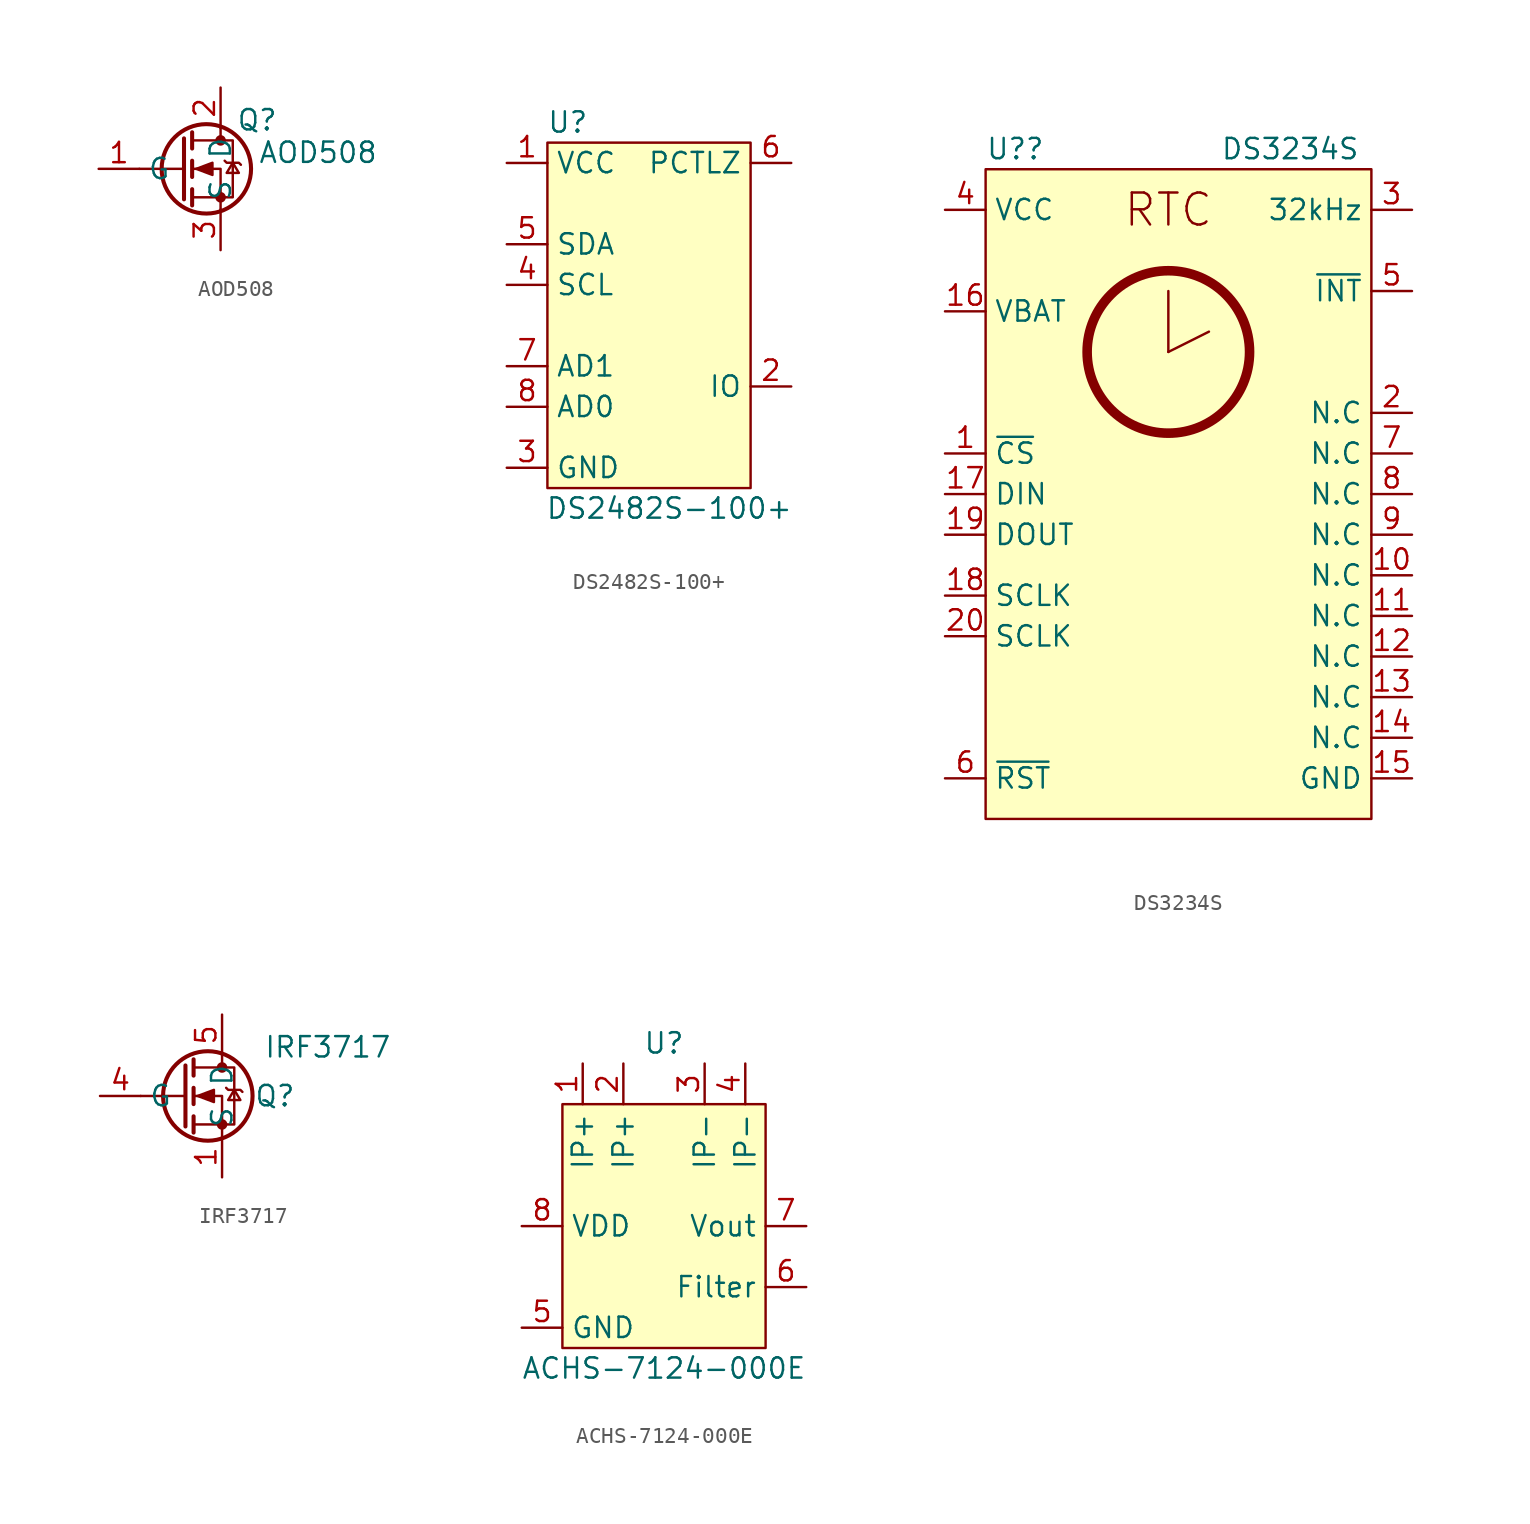
<source format=kicad_sym>
(kicad_symbol_lib
  (version 20220914)
  (generator kicad_symbol_editor)
  (symbol "AOD508"
    (property "Reference" "Q"
      (at 2.286 3.048 0)
      (effects (font (size 1.27 1.27))))
    (property "Value" "AOD508"
      (at 6.096 1.016 0)
      (effects (font (size 1.27 1.27))))
    (symbol "AOD508_0_1"
      (circle (center -0.889 0) (radius 2.794) (stroke (width 0.254) (type default)) (fill (type none)))
      (circle (center 0 -1.778) (radius 0.254) (stroke (width 0) (type default)) (fill (type outline)))
      (polyline (pts (xy -2.286 0) (xy -5.08 0)) (stroke (width 0) (type default)) (fill (type none)))
      (polyline (pts (xy -2.286 1.905) (xy -2.286 -1.905)) (stroke (width 0.254) (type default)) (fill (type none)))
      (polyline (pts (xy -1.778 -1.27) (xy -1.778 -2.286)) (stroke (width 0.254) (type default)) (fill (type none)))
      (polyline (pts (xy -1.778 0.508) (xy -1.778 -0.508)) (stroke (width 0.254) (type default)) (fill (type none)))
      (polyline (pts (xy -1.778 2.286) (xy -1.778 1.27)) (stroke (width 0.254) (type default)) (fill (type none)))
      (polyline (pts (xy 0 2.54) (xy 0 1.778)) (stroke (width 0) (type default)) (fill (type none)))
      (polyline (pts (xy 0 -2.54) (xy 0 0) (xy -1.778 0)) (stroke (width 0) (type default)) (fill (type none)))
      (polyline (pts (xy -1.778 -1.778) (xy 0.762 -1.778) (xy 0.762 1.778) (xy -1.778 1.778)) (stroke (width 0) (type default)) (fill (type none)))
      (polyline (pts (xy -1.524 0) (xy -0.508 0.381) (xy -0.508 -0.381) (xy -1.524 0)) (stroke (width 0) (type default)) (fill (type outline)))
      (polyline (pts (xy 0.254 0.508) (xy 0.381 0.381) (xy 1.143 0.381) (xy 1.27 0.254)) (stroke (width 0) (type default)) (fill (type none)))
      (polyline (pts (xy 0.762 0.381) (xy 0.381 -0.254) (xy 1.143 -0.254) (xy 0.762 0.381)) (stroke (width 0) (type default)) (fill (type none)))
      (circle (center 0 1.778) (radius 0.254) (stroke (width 0) (type default)) (fill (type outline))))
    (symbol "AOD508_1_1"
      (pin passive line (at -7.62 0 0) (length 2.54) (name "G" (effects (font (size 1.27 1.27)))) (number "1" (effects (font (size 1.27 1.27)))))
      (pin passive line (at 0 5.08 270) (length 2.54) (name "D" (effects (font (size 1.27 1.27)))) (number "2" (effects (font (size 1.27 1.27)))))
      (pin passive line (at 0 -5.08 90) (length 2.54) (name "S" (effects (font (size 1.27 1.27)))) (number "3" (effects (font (size 1.27 1.27)))))))
  (symbol "DS2482S-100+"
    (property "Reference" "U"
      (at 3.81 2.54 0)
      (effects (font (size 1.27 1.27))))
    (property "Value" "DS2482S-100+"
      (at 10.16 -21.59 0)
      (effects (font (size 1.27 1.27))))
    (symbol "DS2482S-100+_0_1"
      (rectangle (start 2.54 1.27) (end 15.24 -20.32) (stroke (width 0) (type default)) (fill (type background))))
    (symbol "DS2482S-100+_1_1"
      (pin power_in line (at 0 0 0) (length 2.54) (name "VCC" (effects (font (size 1.27 1.27)))) (number "1" (effects (font (size 1.27 1.27)))))
      (pin bidirectional line (at 17.78 -13.97 180) (length 2.54) (name "IO" (effects (font (size 1.27 1.27)))) (number "2" (effects (font (size 1.27 1.27)))))
      (pin power_in line (at 0 -19.05 0) (length 2.54) (name "GND" (effects (font (size 1.27 1.27)))) (number "3" (effects (font (size 1.27 1.27)))))
      (pin passive line (at 0 -7.62 0) (length 2.54) (name "SCL" (effects (font (size 1.27 1.27)))) (number "4" (effects (font (size 1.27 1.27)))))
      (pin bidirectional line (at 0 -5.08 0) (length 2.54) (name "SDA" (effects (font (size 1.27 1.27)))) (number "5" (effects (font (size 1.27 1.27)))))
      (pin passive line (at 17.78 0 180) (length 2.54) (name "PCTLZ" (effects (font (size 1.27 1.27)))) (number "6" (effects (font (size 1.27 1.27)))))
      (pin passive line (at 0 -12.7 0) (length 2.54) (name "AD1" (effects (font (size 1.27 1.27)))) (number "7" (effects (font (size 1.27 1.27)))))
      (pin passive line (at 0 -15.24 0) (length 2.54) (name "AD0" (effects (font (size 1.27 1.27)))) (number "8" (effects (font (size 1.27 1.27)))))))
  (symbol "DS3234S"
    (property "Reference" "U?"
      (at 0 16.51 0)
      (effects (font (size 1.27 1.27)) (justify left)))
    (property "Value" "DS3234S"
      (at 19.05 16.51 0)
      (effects (font (size 1.27 1.27))))
    (symbol "DS3234S_0_0"
      (pin input line (at -2.54 -2.54 0) (length 2.54) (name "~{CS}" (effects (font (size 1.27 1.27)))) (number "1" (effects (font (size 1.27 1.27)))))
      (pin passive line (at 26.67 -10.16 180) (length 2.54) (name "N.C" (effects (font (size 1.27 1.27)))) (number "10" (effects (font (size 1.27 1.27)))))
      (pin passive line (at 26.67 -12.7 180) (length 2.54) (name "N.C" (effects (font (size 1.27 1.27)))) (number "11" (effects (font (size 1.27 1.27)))))
      (pin passive line (at 26.67 -15.24 180) (length 2.54) (name "N.C" (effects (font (size 1.27 1.27)))) (number "12" (effects (font (size 1.27 1.27)))))
      (pin passive line (at 26.67 -17.78 180) (length 2.54) (name "N.C" (effects (font (size 1.27 1.27)))) (number "13" (effects (font (size 1.27 1.27)))))
      (pin passive line (at 26.67 -20.32 180) (length 2.54) (name "N.C" (effects (font (size 1.27 1.27)))) (number "14" (effects (font (size 1.27 1.27)))))
      (pin power_in line (at 26.67 -22.86 180) (length 2.54) (name "GND" (effects (font (size 1.27 1.27)))) (number "15" (effects (font (size 1.27 1.27)))))
      (pin power_in line (at -2.54 6.35 0) (length 2.54) (name "VBAT" (effects (font (size 1.27 1.27)))) (number "16" (effects (font (size 1.27 1.27)))))
      (pin input line (at -2.54 -5.08 0) (length 2.54) (name "DIN" (effects (font (size 1.27 1.27)))) (number "17" (effects (font (size 1.27 1.27)))))
      (pin input line (at -2.54 -11.43 0) (length 2.54) (name "SCLK" (effects (font (size 1.27 1.27)))) (number "18" (effects (font (size 1.27 1.27)))))
      (pin output line (at -2.54 -7.62 0) (length 2.54) (name "DOUT" (effects (font (size 1.27 1.27)))) (number "19" (effects (font (size 1.27 1.27)))))
      (pin passive line (at 26.67 0 180) (length 2.54) (name "N.C" (effects (font (size 1.27 1.27)))) (number "2" (effects (font (size 1.27 1.27)))))
      (pin input line (at -2.54 -13.97 0) (length 2.54) (name "SCLK" (effects (font (size 1.27 1.27)))) (number "20" (effects (font (size 1.27 1.27)))))
      (pin output line (at 26.67 12.7 180) (length 2.54) (name "32kHz" (effects (font (size 1.27 1.27)))) (number "3" (effects (font (size 1.27 1.27)))))
      (pin power_in line (at -2.54 12.7 0) (length 2.54) (name "VCC" (effects (font (size 1.27 1.27)))) (number "4" (effects (font (size 1.27 1.27)))))
      (pin output line (at 26.67 7.62 180) (length 2.54) (name "~{INT}" (effects (font (size 1.27 1.27)))) (number "5" (effects (font (size 1.27 1.27)))) (alternate "SQW" output clock))
      (pin input line (at -2.54 -22.86 0) (length 2.54) (name "~{RST}" (effects (font (size 1.27 1.27)))) (number "6" (effects (font (size 1.27 1.27)))))
      (pin passive line (at 26.67 -2.54 180) (length 2.54) (name "N.C" (effects (font (size 1.27 1.27)))) (number "7" (effects (font (size 1.27 1.27)))))
      (pin passive line (at 26.67 -5.08 180) (length 2.54) (name "N.C" (effects (font (size 1.27 1.27)))) (number "8" (effects (font (size 1.27 1.27)))))
      (pin passive line (at 26.67 -7.62 180) (length 2.54) (name "N.C" (effects (font (size 1.27 1.27)))) (number "9" (effects (font (size 1.27 1.27))))))
    (symbol "DS3234S_0_1"
      (polyline (pts (xy 11.43 3.81) (xy 11.43 7.62)) (stroke (width 0) (type default)) (fill (type none)))
      (polyline (pts (xy 11.43 3.81) (xy 13.97 5.08)) (stroke (width 0) (type default)) (fill (type none)))
      (rectangle (start 0 15.24) (end 24.13 -25.4) (stroke (width 0) (type default)) (fill (type background)))
      (circle (center 11.43 3.81) (radius 5.08) (stroke (width 0.6) (type default)) (fill (type none)))
      (text "RTC" (at 11.43 12.7 0) (effects (font (size 2 2))))))
  (symbol "IRF3717"
    (property "Reference" "Q"
      (at 3.302 0 0)
      (effects (font (size 1.27 1.27))))
    (property "Value" "IRF3717"
      (at 6.604 3.048 0)
      (effects (font (size 1.27 1.27))))
    (symbol "IRF3717_0_1"
      (circle (center -0.889 0) (radius 2.794) (stroke (width 0.254) (type default)) (fill (type none)))
      (circle (center 0 -1.778) (radius 0.254) (stroke (width 0) (type default)) (fill (type outline)))
      (polyline (pts (xy -2.286 0) (xy -5.08 0)) (stroke (width 0) (type default)) (fill (type none)))
      (polyline (pts (xy -2.286 1.905) (xy -2.286 -1.905)) (stroke (width 0.254) (type default)) (fill (type none)))
      (polyline (pts (xy -1.778 -1.27) (xy -1.778 -2.286)) (stroke (width 0.254) (type default)) (fill (type none)))
      (polyline (pts (xy -1.778 0.508) (xy -1.778 -0.508)) (stroke (width 0.254) (type default)) (fill (type none)))
      (polyline (pts (xy -1.778 2.286) (xy -1.778 1.27)) (stroke (width 0.254) (type default)) (fill (type none)))
      (polyline (pts (xy 0 2.54) (xy 0 1.778)) (stroke (width 0) (type default)) (fill (type none)))
      (polyline (pts (xy 0 -2.54) (xy 0 0) (xy -1.778 0)) (stroke (width 0) (type default)) (fill (type none)))
      (polyline (pts (xy -1.778 -1.778) (xy 0.762 -1.778) (xy 0.762 1.778) (xy -1.778 1.778)) (stroke (width 0) (type default)) (fill (type none)))
      (polyline (pts (xy -1.524 0) (xy -0.508 0.381) (xy -0.508 -0.381) (xy -1.524 0)) (stroke (width 0) (type default)) (fill (type outline)))
      (polyline (pts (xy 0.254 0.508) (xy 0.381 0.381) (xy 1.143 0.381) (xy 1.27 0.254)) (stroke (width 0) (type default)) (fill (type none)))
      (polyline (pts (xy 0.762 0.381) (xy 0.381 -0.254) (xy 1.143 -0.254) (xy 0.762 0.381)) (stroke (width 0) (type default)) (fill (type none)))
      (circle (center 0 1.778) (radius 0.254) (stroke (width 0) (type default)) (fill (type outline))))
    (symbol "IRF3717_1_1"
      (pin passive line (at 0 -5.08 90) (length 2.54) (name "S" (effects (font (size 1.27 1.27)))) (number "1" (effects (font (size 1.27 1.27)))))
      (pin passive line (at -7.62 0 0) (length 2.54) (name "G" (effects (font (size 1.27 1.27)))) (number "4" (effects (font (size 1.27 1.27)))))
      (pin passive line (at 0 5.08 270) (length 2.54) (name "D" (effects (font (size 1.27 1.27)))) (number "5" (effects (font (size 1.27 1.27)))))))
  (symbol "‎ACHS-7124-000E‎"
    (property "Reference" "U"
      (at 0 8.89 0)
      (effects (font (size 1.27 1.27))))
    (property "Value" "‎ACHS-7124-000E‎"
      (at 0 -11.43 0)
      (effects (font (size 1.27 1.27))))
    (symbol "‎ACHS-7124-000E‎_0_1"
      (rectangle (start -6.35 5.08) (end 6.35 -10.16) (stroke (width 0.152) (type default)) (fill (type background))))
    (symbol "‎ACHS-7124-000E‎_1_1"
      (pin passive line (at -5.08 7.62 270) (length 2.54) (name "IP+" (effects (font (size 1.27 1.27)))) (number "1" (effects (font (size 1.27 1.27)))))
      (pin passive line (at -2.54 7.62 270) (length 2.54) (name "IP+" (effects (font (size 1.27 1.27)))) (number "2" (effects (font (size 1.27 1.27)))))
      (pin passive line (at 2.54 7.62 270) (length 2.54) (name "IP-" (effects (font (size 1.27 1.27)))) (number "3" (effects (font (size 1.27 1.27)))))
      (pin passive line (at 5.08 7.62 270) (length 2.54) (name "IP-" (effects (font (size 1.27 1.27)))) (number "4" (effects (font (size 1.27 1.27)))))
      (pin power_in line (at -8.89 -8.89 0) (length 2.54) (name "GND" (effects (font (size 1.27 1.27)))) (number "5" (effects (font (size 1.27 1.27)))))
      (pin passive line (at 8.89 -6.35 180) (length 2.54) (name "Filter" (effects (font (size 1.27 1.27)))) (number "6" (effects (font (size 1.27 1.27)))))
      (pin output line (at 8.89 -2.54 180) (length 2.54) (name "Vout" (effects (font (size 1.27 1.27)))) (number "7" (effects (font (size 1.27 1.27)))))
      (pin power_in line (at -8.89 -2.54 0) (length 2.54) (name "VDD" (effects (font (size 1.27 1.27)))) (number "8" (effects (font (size 1.27 1.27))))))))
</source>
